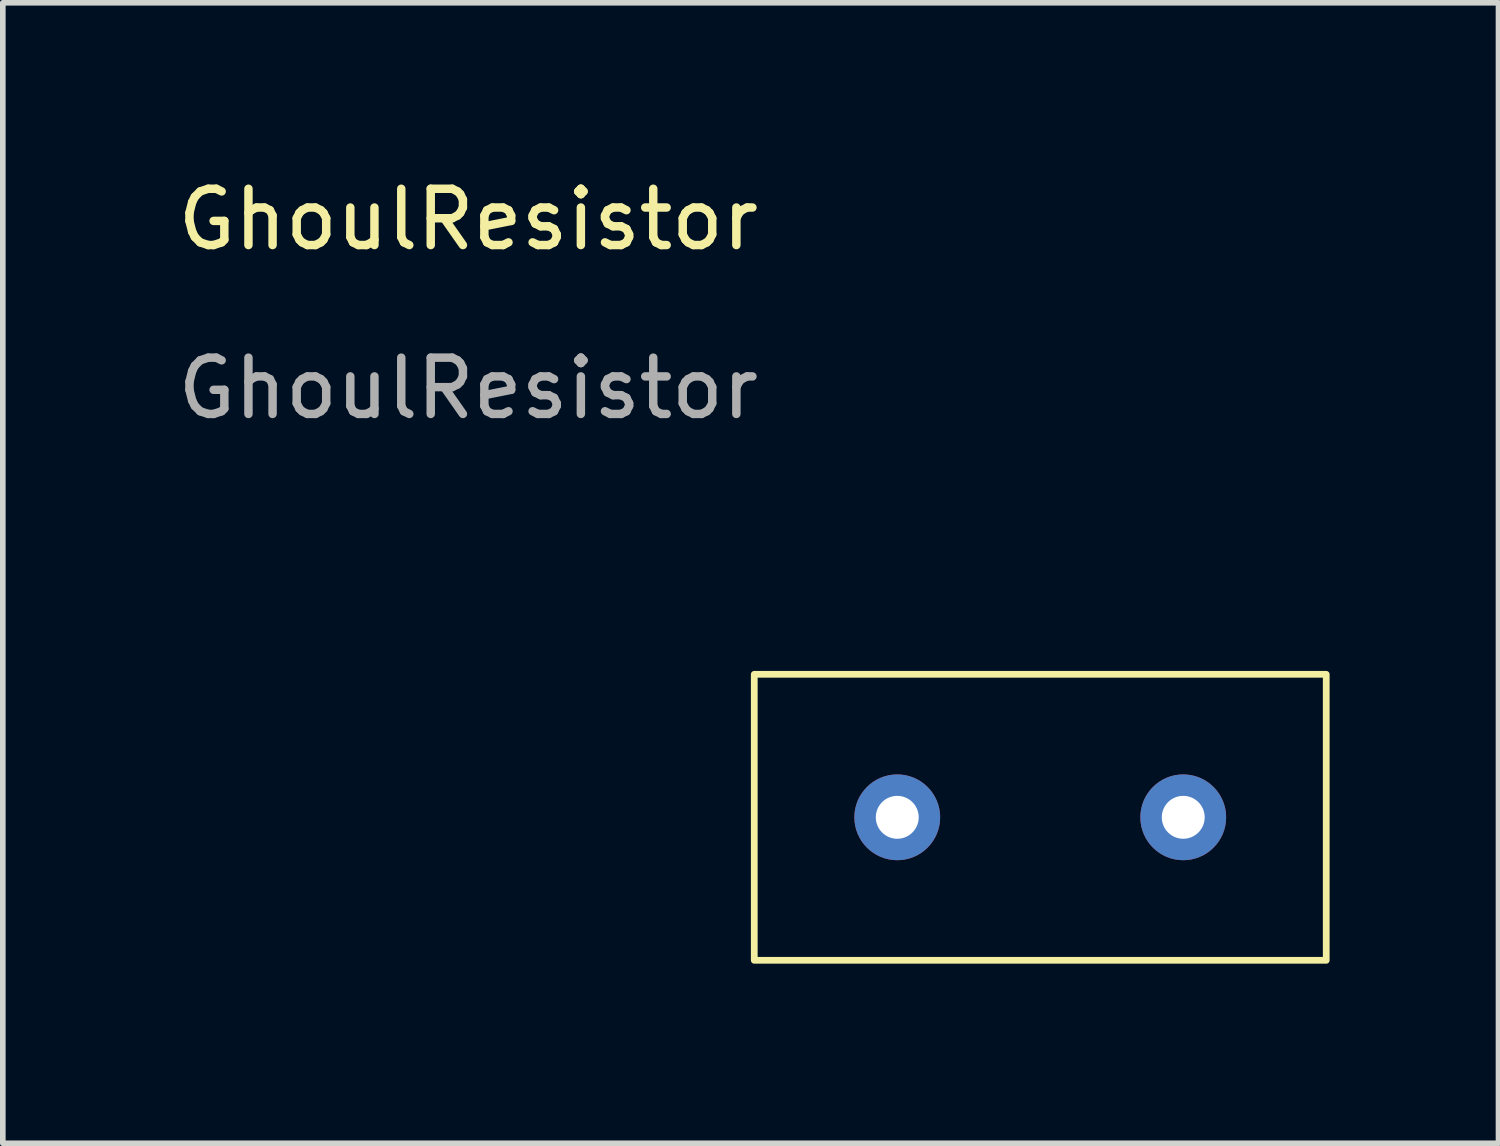
<source format=kicad_pcb>
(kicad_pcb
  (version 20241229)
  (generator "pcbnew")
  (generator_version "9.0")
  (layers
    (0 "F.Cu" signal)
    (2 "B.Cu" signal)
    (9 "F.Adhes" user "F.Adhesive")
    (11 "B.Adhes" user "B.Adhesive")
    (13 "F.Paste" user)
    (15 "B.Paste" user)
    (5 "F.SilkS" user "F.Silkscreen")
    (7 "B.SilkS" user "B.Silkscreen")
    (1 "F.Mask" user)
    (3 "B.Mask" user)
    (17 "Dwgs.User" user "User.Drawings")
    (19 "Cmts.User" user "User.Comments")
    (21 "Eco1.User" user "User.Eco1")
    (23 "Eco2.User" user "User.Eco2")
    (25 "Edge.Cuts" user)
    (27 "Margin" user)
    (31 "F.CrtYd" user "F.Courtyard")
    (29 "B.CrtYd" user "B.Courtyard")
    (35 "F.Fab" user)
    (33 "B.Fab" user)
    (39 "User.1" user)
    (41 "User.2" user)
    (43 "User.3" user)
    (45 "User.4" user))
  (footprint "GhoulResistor"
    (layer "F.Cu")
    (at 10.348 14.008)
    (property "Reference" "GhoulResistor" (at -5.08 -13.16 0) (unlocked yes) (layer "F.SilkS") (effects (font (size 1 1) (thickness 0.15))))
    (attr through_hole)
    (fp_rect (start 0 0) (end 10.16 -5.08) (stroke (width 0.12) (type solid)) (fill no) (layer "F.SilkS"))
    (fp_text user "${REFERENCE}" (at -5.08 -10.16 0) (unlocked yes) (layer "F.Fab") (effects (font (size 1 1) (thickness 0.15))))
    (pad "1" thru_hole circle (at 2.54 -2.54) (size 1.524 1.524) (drill 0.762) (layers "*.Cu" "*.Mask"))
    (pad "2" thru_hole circle (at 7.62 -2.54) (size 1.524 1.524) (drill 0.762) (layers "*.Cu" "*.Mask")))
  (gr_rect
    (start -3 -3)
    (end 23.568 17.258)
    (stroke (width 0.1) (type default))
    (fill no)
    (layer "Edge.Cuts")))
</source>
